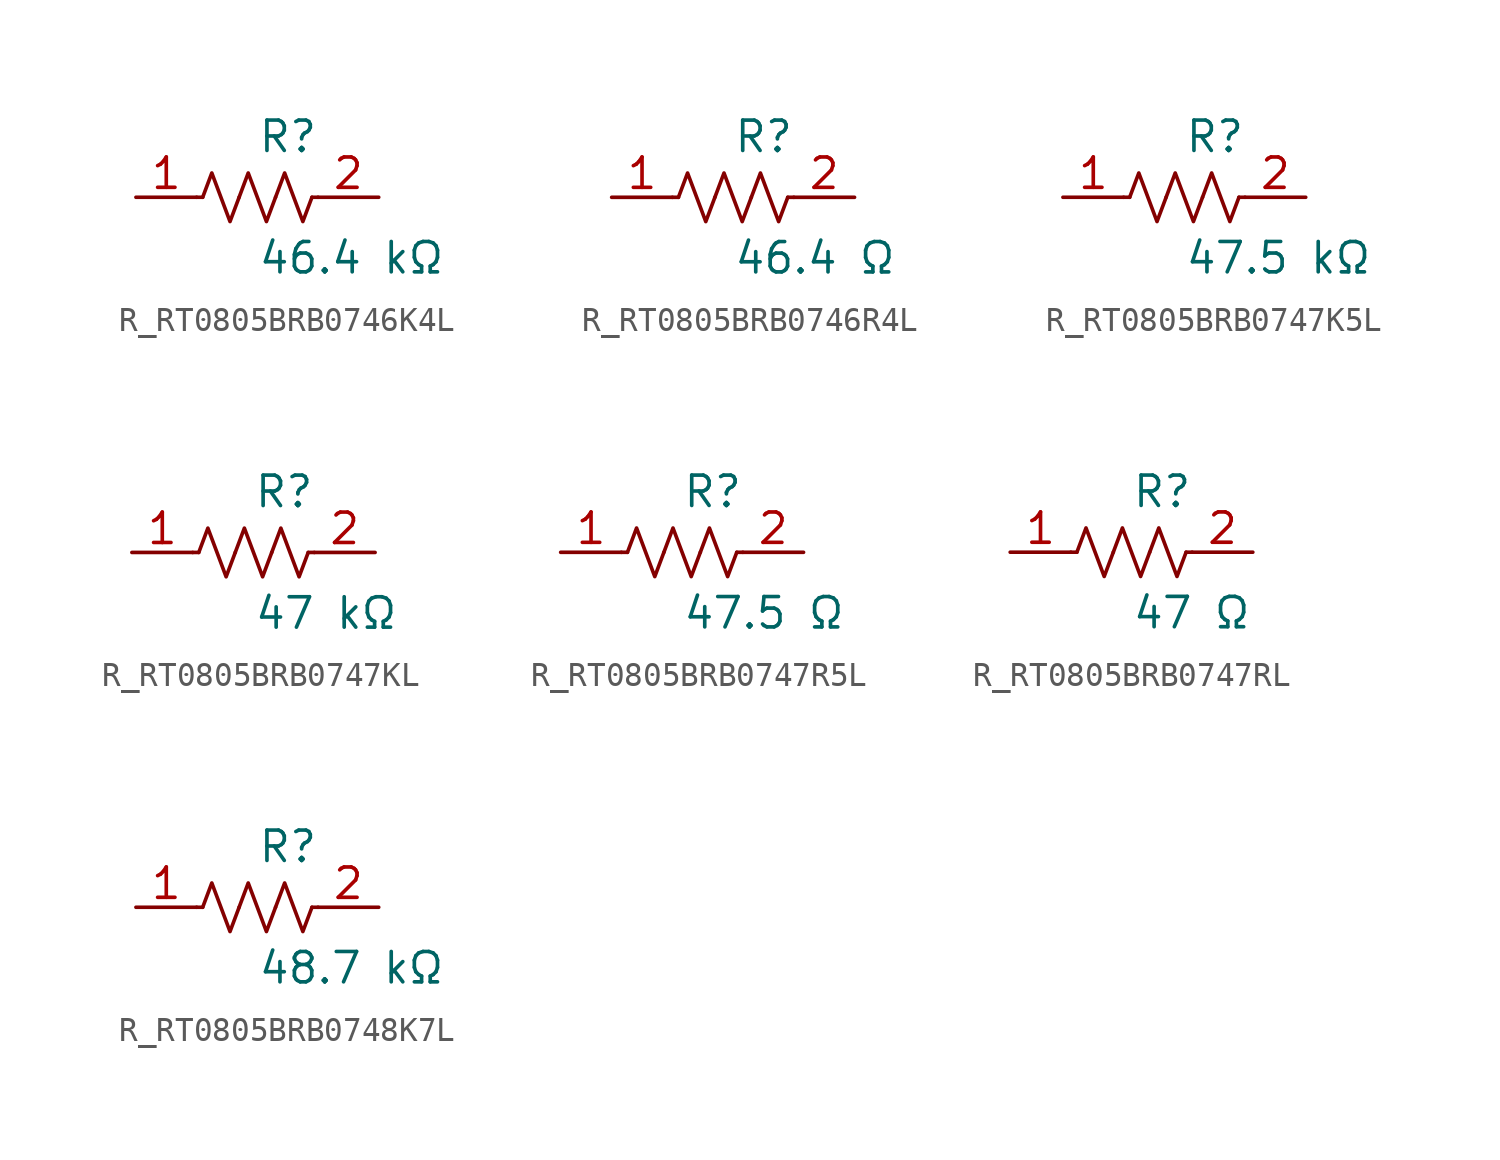
<source format=kicad_sym>
(kicad_symbol_lib
  (version 20231120)
  (generator kicad_symbol_editor)
  (generator_version 8.0)
  (symbol "R_RT0805BRB0746K4L"
    (pin_names
      (offset 0.254))
    (property "Reference" "R"
      (at 0 2.54 0)
      (effects (font (size 1.27 1.27)) (justify left)))
    (property "Value" "46.4 kΩ"
      (at 0 -2.54 0)
      (effects (font (size 1.27 1.27)) (justify left)))
    (symbol "R_RT0805BRB0746K4L_0_1"
      (polyline (pts (xy 2.286 0) (xy 2.54 0)) (stroke (width 0) (type default)) (fill (type none)))
      (polyline (pts (xy -2.286 0) (xy -2.54 0)) (stroke (width 0) (type default)) (fill (type none)))
      (polyline (pts (xy 0.762 0) (xy 1.143 1.016) (xy 1.524 0) (xy 1.905 -1.016) (xy 2.286 0)) (stroke (width 0) (type default)) (fill (type none)))
      (polyline (pts (xy -0.762 0) (xy -0.381 1.016) (xy 0 0) (xy 0.381 -1.016) (xy 0.762 0)) (stroke (width 0) (type default)) (fill (type none)))
      (polyline (pts (xy -2.286 0) (xy -1.905 1.016) (xy -1.524 0) (xy -1.143 -1.016) (xy -0.762 0)) (stroke (width 0) (type default)) (fill (type none))))
    (pin unspecified line
      (at -5.08 0 0)
      (length 2.54)
      (name "" (effects (font (size 1.27 1.27))))
      (number "1" (effects (font (size 1.27 1.27)))))
    (pin unspecified line
      (at 5.08 0 180)
      (length 2.54)
      (name "" (effects (font (size 1.27 1.27))))
      (number "2" (effects (font (size 1.27 1.27))))))
  (symbol "R_RT0805BRB0746R4L"
    (pin_names
      (offset 0.254))
    (property "Reference" "R"
      (at 0 2.54 0)
      (effects (font (size 1.27 1.27)) (justify left)))
    (property "Value" "46.4 Ω"
      (at 0 -2.54 0)
      (effects (font (size 1.27 1.27)) (justify left)))
    (symbol "R_RT0805BRB0746R4L_0_1"
      (polyline (pts (xy 2.286 0) (xy 2.54 0)) (stroke (width 0) (type default)) (fill (type none)))
      (polyline (pts (xy -2.286 0) (xy -2.54 0)) (stroke (width 0) (type default)) (fill (type none)))
      (polyline (pts (xy 0.762 0) (xy 1.143 1.016) (xy 1.524 0) (xy 1.905 -1.016) (xy 2.286 0)) (stroke (width 0) (type default)) (fill (type none)))
      (polyline (pts (xy -0.762 0) (xy -0.381 1.016) (xy 0 0) (xy 0.381 -1.016) (xy 0.762 0)) (stroke (width 0) (type default)) (fill (type none)))
      (polyline (pts (xy -2.286 0) (xy -1.905 1.016) (xy -1.524 0) (xy -1.143 -1.016) (xy -0.762 0)) (stroke (width 0) (type default)) (fill (type none))))
    (pin unspecified line
      (at -5.08 0 0)
      (length 2.54)
      (name "" (effects (font (size 1.27 1.27))))
      (number "1" (effects (font (size 1.27 1.27)))))
    (pin unspecified line
      (at 5.08 0 180)
      (length 2.54)
      (name "" (effects (font (size 1.27 1.27))))
      (number "2" (effects (font (size 1.27 1.27))))))
  (symbol "R_RT0805BRB0747K5L"
    (pin_names
      (offset 0.254))
    (property "Reference" "R"
      (at 0 2.54 0)
      (effects (font (size 1.27 1.27)) (justify left)))
    (property "Value" "47.5 kΩ"
      (at 0 -2.54 0)
      (effects (font (size 1.27 1.27)) (justify left)))
    (symbol "R_RT0805BRB0747K5L_0_1"
      (polyline (pts (xy 2.286 0) (xy 2.54 0)) (stroke (width 0) (type default)) (fill (type none)))
      (polyline (pts (xy -2.286 0) (xy -2.54 0)) (stroke (width 0) (type default)) (fill (type none)))
      (polyline (pts (xy 0.762 0) (xy 1.143 1.016) (xy 1.524 0) (xy 1.905 -1.016) (xy 2.286 0)) (stroke (width 0) (type default)) (fill (type none)))
      (polyline (pts (xy -0.762 0) (xy -0.381 1.016) (xy 0 0) (xy 0.381 -1.016) (xy 0.762 0)) (stroke (width 0) (type default)) (fill (type none)))
      (polyline (pts (xy -2.286 0) (xy -1.905 1.016) (xy -1.524 0) (xy -1.143 -1.016) (xy -0.762 0)) (stroke (width 0) (type default)) (fill (type none))))
    (pin unspecified line
      (at -5.08 0 0)
      (length 2.54)
      (name "" (effects (font (size 1.27 1.27))))
      (number "1" (effects (font (size 1.27 1.27)))))
    (pin unspecified line
      (at 5.08 0 180)
      (length 2.54)
      (name "" (effects (font (size 1.27 1.27))))
      (number "2" (effects (font (size 1.27 1.27))))))
  (symbol "R_RT0805BRB0747KL"
    (pin_names
      (offset 0.254))
    (property "Reference" "R"
      (at 0 2.54 0)
      (effects (font (size 1.27 1.27)) (justify left)))
    (property "Value" "47 kΩ"
      (at 0 -2.54 0)
      (effects (font (size 1.27 1.27)) (justify left)))
    (symbol "R_RT0805BRB0747KL_0_1"
      (polyline (pts (xy 2.286 0) (xy 2.54 0)) (stroke (width 0) (type default)) (fill (type none)))
      (polyline (pts (xy -2.286 0) (xy -2.54 0)) (stroke (width 0) (type default)) (fill (type none)))
      (polyline (pts (xy 0.762 0) (xy 1.143 1.016) (xy 1.524 0) (xy 1.905 -1.016) (xy 2.286 0)) (stroke (width 0) (type default)) (fill (type none)))
      (polyline (pts (xy -0.762 0) (xy -0.381 1.016) (xy 0 0) (xy 0.381 -1.016) (xy 0.762 0)) (stroke (width 0) (type default)) (fill (type none)))
      (polyline (pts (xy -2.286 0) (xy -1.905 1.016) (xy -1.524 0) (xy -1.143 -1.016) (xy -0.762 0)) (stroke (width 0) (type default)) (fill (type none))))
    (pin unspecified line
      (at -5.08 0 0)
      (length 2.54)
      (name "" (effects (font (size 1.27 1.27))))
      (number "1" (effects (font (size 1.27 1.27)))))
    (pin unspecified line
      (at 5.08 0 180)
      (length 2.54)
      (name "" (effects (font (size 1.27 1.27))))
      (number "2" (effects (font (size 1.27 1.27))))))
  (symbol "R_RT0805BRB0747R5L"
    (pin_names
      (offset 0.254))
    (property "Reference" "R"
      (at 0 2.54 0)
      (effects (font (size 1.27 1.27)) (justify left)))
    (property "Value" "47.5 Ω"
      (at 0 -2.54 0)
      (effects (font (size 1.27 1.27)) (justify left)))
    (symbol "R_RT0805BRB0747R5L_0_1"
      (polyline (pts (xy 2.286 0) (xy 2.54 0)) (stroke (width 0) (type default)) (fill (type none)))
      (polyline (pts (xy -2.286 0) (xy -2.54 0)) (stroke (width 0) (type default)) (fill (type none)))
      (polyline (pts (xy 0.762 0) (xy 1.143 1.016) (xy 1.524 0) (xy 1.905 -1.016) (xy 2.286 0)) (stroke (width 0) (type default)) (fill (type none)))
      (polyline (pts (xy -0.762 0) (xy -0.381 1.016) (xy 0 0) (xy 0.381 -1.016) (xy 0.762 0)) (stroke (width 0) (type default)) (fill (type none)))
      (polyline (pts (xy -2.286 0) (xy -1.905 1.016) (xy -1.524 0) (xy -1.143 -1.016) (xy -0.762 0)) (stroke (width 0) (type default)) (fill (type none))))
    (pin unspecified line
      (at -5.08 0 0)
      (length 2.54)
      (name "" (effects (font (size 1.27 1.27))))
      (number "1" (effects (font (size 1.27 1.27)))))
    (pin unspecified line
      (at 5.08 0 180)
      (length 2.54)
      (name "" (effects (font (size 1.27 1.27))))
      (number "2" (effects (font (size 1.27 1.27))))))
  (symbol "R_RT0805BRB0747RL"
    (pin_names
      (offset 0.254))
    (property "Reference" "R"
      (at 0 2.54 0)
      (effects (font (size 1.27 1.27)) (justify left)))
    (property "Value" "47 Ω"
      (at 0 -2.54 0)
      (effects (font (size 1.27 1.27)) (justify left)))
    (symbol "R_RT0805BRB0747RL_0_1"
      (polyline (pts (xy 2.286 0) (xy 2.54 0)) (stroke (width 0) (type default)) (fill (type none)))
      (polyline (pts (xy -2.286 0) (xy -2.54 0)) (stroke (width 0) (type default)) (fill (type none)))
      (polyline (pts (xy 0.762 0) (xy 1.143 1.016) (xy 1.524 0) (xy 1.905 -1.016) (xy 2.286 0)) (stroke (width 0) (type default)) (fill (type none)))
      (polyline (pts (xy -0.762 0) (xy -0.381 1.016) (xy 0 0) (xy 0.381 -1.016) (xy 0.762 0)) (stroke (width 0) (type default)) (fill (type none)))
      (polyline (pts (xy -2.286 0) (xy -1.905 1.016) (xy -1.524 0) (xy -1.143 -1.016) (xy -0.762 0)) (stroke (width 0) (type default)) (fill (type none))))
    (pin unspecified line
      (at -5.08 0 0)
      (length 2.54)
      (name "" (effects (font (size 1.27 1.27))))
      (number "1" (effects (font (size 1.27 1.27)))))
    (pin unspecified line
      (at 5.08 0 180)
      (length 2.54)
      (name "" (effects (font (size 1.27 1.27))))
      (number "2" (effects (font (size 1.27 1.27))))))
  (symbol "R_RT0805BRB0748K7L"
    (pin_names
      (offset 0.254))
    (property "Reference" "R"
      (at 0 2.54 0)
      (effects (font (size 1.27 1.27)) (justify left)))
    (property "Value" "48.7 kΩ"
      (at 0 -2.54 0)
      (effects (font (size 1.27 1.27)) (justify left)))
    (symbol "R_RT0805BRB0748K7L_0_1"
      (polyline (pts (xy 2.286 0) (xy 2.54 0)) (stroke (width 0) (type default)) (fill (type none)))
      (polyline (pts (xy -2.286 0) (xy -2.54 0)) (stroke (width 0) (type default)) (fill (type none)))
      (polyline (pts (xy 0.762 0) (xy 1.143 1.016) (xy 1.524 0) (xy 1.905 -1.016) (xy 2.286 0)) (stroke (width 0) (type default)) (fill (type none)))
      (polyline (pts (xy -0.762 0) (xy -0.381 1.016) (xy 0 0) (xy 0.381 -1.016) (xy 0.762 0)) (stroke (width 0) (type default)) (fill (type none)))
      (polyline (pts (xy -2.286 0) (xy -1.905 1.016) (xy -1.524 0) (xy -1.143 -1.016) (xy -0.762 0)) (stroke (width 0) (type default)) (fill (type none))))
    (pin unspecified line
      (at -5.08 0 0)
      (length 2.54)
      (name "" (effects (font (size 1.27 1.27))))
      (number "1" (effects (font (size 1.27 1.27)))))
    (pin unspecified line
      (at 5.08 0 180)
      (length 2.54)
      (name "" (effects (font (size 1.27 1.27))))
      (number "2" (effects (font (size 1.27 1.27)))))))
</source>
